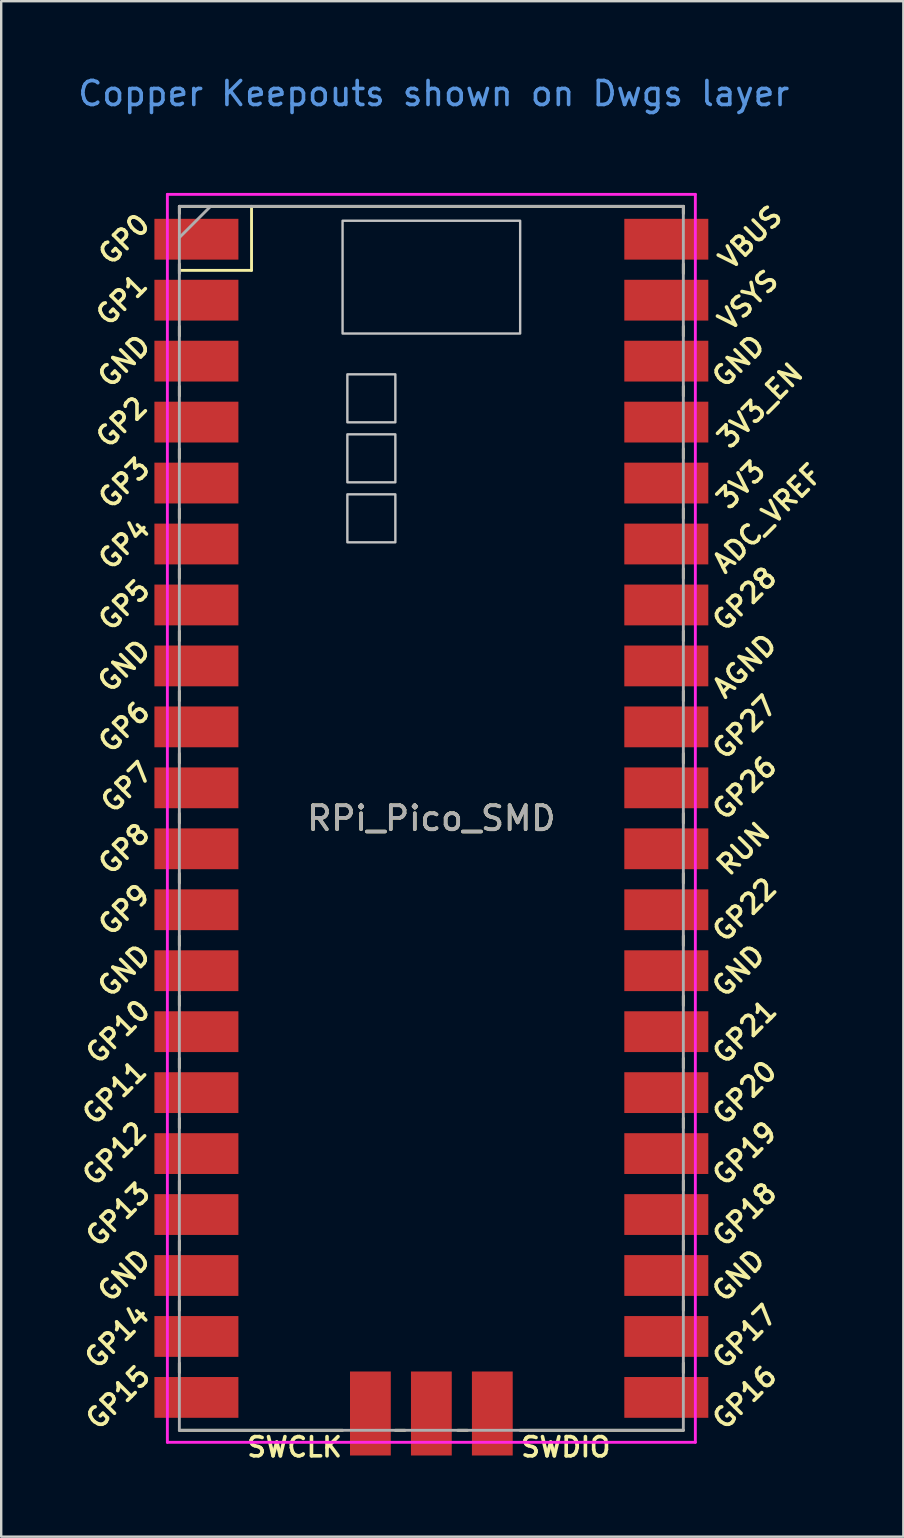
<source format=kicad_pcb>
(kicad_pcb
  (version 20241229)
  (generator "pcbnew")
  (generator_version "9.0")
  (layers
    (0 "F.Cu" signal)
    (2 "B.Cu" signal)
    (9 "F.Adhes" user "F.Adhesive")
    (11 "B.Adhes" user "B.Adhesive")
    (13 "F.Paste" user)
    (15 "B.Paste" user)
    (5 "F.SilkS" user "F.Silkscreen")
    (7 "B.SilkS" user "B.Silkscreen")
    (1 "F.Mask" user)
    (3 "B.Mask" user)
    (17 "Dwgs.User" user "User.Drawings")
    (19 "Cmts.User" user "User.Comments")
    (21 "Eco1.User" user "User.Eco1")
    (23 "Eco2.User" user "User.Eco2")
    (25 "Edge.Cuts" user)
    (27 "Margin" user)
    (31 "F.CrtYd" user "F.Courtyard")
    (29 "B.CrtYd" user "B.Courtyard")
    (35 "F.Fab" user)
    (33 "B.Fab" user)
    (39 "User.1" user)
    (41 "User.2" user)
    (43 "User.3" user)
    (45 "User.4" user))
  (footprint "RPi_Pico_SMD"
    (layer "F.Cu")
    (at 14.924 31.048)
    (property "Reference" "RPi_Pico_SMD" (at 0 0 0) (layer "F.SilkS") (effects (font (size 1 1) (thickness 0.15))))
    (attr through_hole)
    (fp_line (start -10.5 -25.5) (end -10.5 -25.2) (stroke (width 0.12) (type solid)) (layer "F.SilkS"))
    (fp_line (start -10.5 -25.5) (end 10.5 -25.5) (stroke (width 0.12) (type solid)) (layer "F.SilkS"))
    (fp_line (start -10.5 -23.1) (end -10.5 -22.7) (stroke (width 0.12) (type solid)) (layer "F.SilkS"))
    (fp_line (start -10.5 -22.833) (end -7.493 -22.833) (stroke (width 0.12) (type solid)) (layer "F.SilkS"))
    (fp_line (start -10.5 -20.5) (end -10.5 -20.1) (stroke (width 0.12) (type solid)) (layer "F.SilkS"))
    (fp_line (start -10.5 -18) (end -10.5 -17.6) (stroke (width 0.12) (type solid)) (layer "F.SilkS"))
    (fp_line (start -10.5 -15.4) (end -10.5 -15) (stroke (width 0.12) (type solid)) (layer "F.SilkS"))
    (fp_line (start -10.5 -12.9) (end -10.5 -12.5) (stroke (width 0.12) (type solid)) (layer "F.SilkS"))
    (fp_line (start -10.5 -10.4) (end -10.5 -10) (stroke (width 0.12) (type solid)) (layer "F.SilkS"))
    (fp_line (start -10.5 -7.8) (end -10.5 -7.4) (stroke (width 0.12) (type solid)) (layer "F.SilkS"))
    (fp_line (start -10.5 -5.3) (end -10.5 -4.9) (stroke (width 0.12) (type solid)) (layer "F.SilkS"))
    (fp_line (start -10.5 -2.7) (end -10.5 -2.3) (stroke (width 0.12) (type solid)) (layer "F.SilkS"))
    (fp_line (start -10.5 -0.2) (end -10.5 0.2) (stroke (width 0.12) (type solid)) (layer "F.SilkS"))
    (fp_line (start -10.5 2.3) (end -10.5 2.7) (stroke (width 0.12) (type solid)) (layer "F.SilkS"))
    (fp_line (start -10.5 4.9) (end -10.5 5.3) (stroke (width 0.12) (type solid)) (layer "F.SilkS"))
    (fp_line (start -10.5 7.4) (end -10.5 7.8) (stroke (width 0.12) (type solid)) (layer "F.SilkS"))
    (fp_line (start -10.5 10) (end -10.5 10.4) (stroke (width 0.12) (type solid)) (layer "F.SilkS"))
    (fp_line (start -10.5 12.5) (end -10.5 12.9) (stroke (width 0.12) (type solid)) (layer "F.SilkS"))
    (fp_line (start -10.5 15.1) (end -10.5 15.5) (stroke (width 0.12) (type solid)) (layer "F.SilkS"))
    (fp_line (start -10.5 17.6) (end -10.5 18) (stroke (width 0.12) (type solid)) (layer "F.SilkS"))
    (fp_line (start -10.5 20.1) (end -10.5 20.5) (stroke (width 0.12) (type solid)) (layer "F.SilkS"))
    (fp_line (start -10.5 22.7) (end -10.5 23.1) (stroke (width 0.12) (type solid)) (layer "F.SilkS"))
    (fp_line (start -7.493 -22.833) (end -7.493 -25.5) (stroke (width 0.12) (type solid)) (layer "F.SilkS"))
    (fp_line (start -3.7 25.5) (end -10.5 25.5) (stroke (width 0.12) (type solid)) (layer "F.SilkS"))
    (fp_line (start -1.5 25.5) (end -1.1 25.5) (stroke (width 0.12) (type solid)) (layer "F.SilkS"))
    (fp_line (start 1.1 25.5) (end 1.5 25.5) (stroke (width 0.12) (type solid)) (layer "F.SilkS"))
    (fp_line (start 10.5 -25.5) (end 10.5 -25.2) (stroke (width 0.12) (type solid)) (layer "F.SilkS"))
    (fp_line (start 10.5 -23.1) (end 10.5 -22.7) (stroke (width 0.12) (type solid)) (layer "F.SilkS"))
    (fp_line (start 10.5 -20.5) (end 10.5 -20.1) (stroke (width 0.12) (type solid)) (layer "F.SilkS"))
    (fp_line (start 10.5 -18) (end 10.5 -17.6) (stroke (width 0.12) (type solid)) (layer "F.SilkS"))
    (fp_line (start 10.5 -15.4) (end 10.5 -15) (stroke (width 0.12) (type solid)) (layer "F.SilkS"))
    (fp_line (start 10.5 -12.9) (end 10.5 -12.5) (stroke (width 0.12) (type solid)) (layer "F.SilkS"))
    (fp_line (start 10.5 -10.4) (end 10.5 -10) (stroke (width 0.12) (type solid)) (layer "F.SilkS"))
    (fp_line (start 10.5 -7.8) (end 10.5 -7.4) (stroke (width 0.12) (type solid)) (layer "F.SilkS"))
    (fp_line (start 10.5 -5.3) (end 10.5 -4.9) (stroke (width 0.12) (type solid)) (layer "F.SilkS"))
    (fp_line (start 10.5 -2.7) (end 10.5 -2.3) (stroke (width 0.12) (type solid)) (layer "F.SilkS"))
    (fp_line (start 10.5 -0.2) (end 10.5 0.2) (stroke (width 0.12) (type solid)) (layer "F.SilkS"))
    (fp_line (start 10.5 2.3) (end 10.5 2.7) (stroke (width 0.12) (type solid)) (layer "F.SilkS"))
    (fp_line (start 10.5 4.9) (end 10.5 5.3) (stroke (width 0.12) (type solid)) (layer "F.SilkS"))
    (fp_line (start 10.5 7.4) (end 10.5 7.8) (stroke (width 0.12) (type solid)) (layer "F.SilkS"))
    (fp_line (start 10.5 10) (end 10.5 10.4) (stroke (width 0.12) (type solid)) (layer "F.SilkS"))
    (fp_line (start 10.5 12.5) (end 10.5 12.9) (stroke (width 0.12) (type solid)) (layer "F.SilkS"))
    (fp_line (start 10.5 15.1) (end 10.5 15.5) (stroke (width 0.12) (type solid)) (layer "F.SilkS"))
    (fp_line (start 10.5 17.6) (end 10.5 18) (stroke (width 0.12) (type solid)) (layer "F.SilkS"))
    (fp_line (start 10.5 20.1) (end 10.5 20.5) (stroke (width 0.12) (type solid)) (layer "F.SilkS"))
    (fp_line (start 10.5 22.7) (end 10.5 23.1) (stroke (width 0.12) (type solid)) (layer "F.SilkS"))
    (fp_line (start 10.5 25.5) (end 3.7 25.5) (stroke (width 0.12) (type solid)) (layer "F.SilkS"))
    (fp_poly (pts (xy -1.5 -16.5) (xy -3.5 -16.5) (xy -3.5 -18.5) (xy -1.5 -18.5)) (stroke (width 0.1) (type solid)) (fill no) (layer "Dwgs.User"))
    (fp_poly (pts (xy -1.5 -14) (xy -3.5 -14) (xy -3.5 -16) (xy -1.5 -16)) (stroke (width 0.1) (type solid)) (fill no) (layer "Dwgs.User"))
    (fp_poly (pts (xy -1.5 -11.5) (xy -3.5 -11.5) (xy -3.5 -13.5) (xy -1.5 -13.5)) (stroke (width 0.1) (type solid)) (fill no) (layer "Dwgs.User"))
    (fp_poly (pts (xy 3.7 -20.2) (xy -3.7 -20.2) (xy -3.7 -24.9) (xy 3.7 -24.9)) (stroke (width 0.1) (type solid)) (fill no) (layer "Dwgs.User"))
    (fp_line (start -11 -26) (end 11 -26) (stroke (width 0.12) (type solid)) (layer "F.CrtYd"))
    (fp_line (start -11 26) (end -11 -26) (stroke (width 0.12) (type solid)) (layer "F.CrtYd"))
    (fp_line (start 11 -26) (end 11 26) (stroke (width 0.12) (type solid)) (layer "F.CrtYd"))
    (fp_line (start 11 26) (end -11 26) (stroke (width 0.12) (type solid)) (layer "F.CrtYd"))
    (fp_line (start -10.5 -25.5) (end 10.5 -25.5) (stroke (width 0.12) (type solid)) (layer "F.Fab"))
    (fp_line (start -10.5 -24.2) (end -9.2 -25.5) (stroke (width 0.12) (type solid)) (layer "F.Fab"))
    (fp_line (start -10.5 25.5) (end -10.5 -25.5) (stroke (width 0.12) (type solid)) (layer "F.Fab"))
    (fp_line (start 10.5 -25.5) (end 10.5 25.5) (stroke (width 0.12) (type solid)) (layer "F.Fab"))
    (fp_line (start 10.5 25.5) (end -10.5 25.5) (stroke (width 0.12) (type solid)) (layer "F.Fab"))
    (fp_text user "GP11" (at -13.2 11.43 45) (layer "F.SilkS") (effects (font (size 0.8 0.8) (thickness 0.15))))
    (fp_text user "GP10" (at -13.054 8.89 45) (layer "F.SilkS") (effects (font (size 0.8 0.8) (thickness 0.15))))
    (fp_text user "GP9" (at -12.8 3.81 45) (layer "F.SilkS") (effects (font (size 0.8 0.8) (thickness 0.15))))
    (fp_text user "GP6" (at -12.8 -3.81 45) (layer "F.SilkS") (effects (font (size 0.8 0.8) (thickness 0.15))))
    (fp_text user "GP19" (at 13.054 13.97 45) (layer "F.SilkS") (effects (font (size 0.8 0.8) (thickness 0.15))))
    (fp_text user "GND" (at -12.8 6.35 45) (layer "F.SilkS") (effects (font (size 0.8 0.8) (thickness 0.15))))
    (fp_text user "AGND" (at 13.054 -6.35 45) (layer "F.SilkS") (effects (font (size 0.8 0.8) (thickness 0.15))))
    (fp_text user "GP4" (at -12.8 -11.43 45) (layer "F.SilkS") (effects (font (size 0.8 0.8) (thickness 0.15))))
    (fp_text user "GP21" (at 13.054 8.9 45) (layer "F.SilkS") (effects (font (size 0.8 0.8) (thickness 0.15))))
    (fp_text user "GND" (at -12.8 19.05 45) (layer "F.SilkS") (effects (font (size 0.8 0.8) (thickness 0.15))))
    (fp_text user "SWCLK" (at -5.7 26.2 0) (layer "F.SilkS") (effects (font (size 0.8 0.8) (thickness 0.15))))
    (fp_text user "GP8" (at -12.8 1.27 45) (layer "F.SilkS") (effects (font (size 0.8 0.8) (thickness 0.15))))
    (fp_text user "GP7" (at -12.7 -1.3 45) (layer "F.SilkS") (effects (font (size 0.8 0.8) (thickness 0.15))))
    (fp_text user "GND" (at 12.8 19.05 45) (layer "F.SilkS") (effects (font (size 0.8 0.8) (thickness 0.15))))
    (fp_text user "GND" (at -12.8 -6.35 45) (layer "F.SilkS") (effects (font (size 0.8 0.8) (thickness 0.15))))
    (fp_text user "GP5" (at -12.8 -8.89 45) (layer "F.SilkS") (effects (font (size 0.8 0.8) (thickness 0.15))))
    (fp_text user "RUN" (at 13 1.27 45) (layer "F.SilkS") (effects (font (size 0.8 0.8) (thickness 0.15))))
    (fp_text user "GND" (at 12.8 6.35 45) (layer "F.SilkS") (effects (font (size 0.8 0.8) (thickness 0.15))))
    (fp_text user "GP16" (at 13.054 24.13 45) (layer "F.SilkS") (effects (font (size 0.8 0.8) (thickness 0.15))))
    (fp_text user "GP26" (at 13.054 -1.27 45) (layer "F.SilkS") (effects (font (size 0.8 0.8) (thickness 0.15))))
    (fp_text user "ADC_VREF" (at 14 -12.5 45) (layer "F.SilkS") (effects (font (size 0.8 0.8) (thickness 0.15))))
    (fp_text user "GP0" (at -12.8 -24.13 45) (layer "F.SilkS") (effects (font (size 0.8 0.8) (thickness 0.15))))
    (fp_text user "SWDIO" (at 5.6 26.2 0) (layer "F.SilkS") (effects (font (size 0.8 0.8) (thickness 0.15))))
    (fp_text user "VBUS" (at 13.3 -24.2 45) (layer "F.SilkS") (effects (font (size 0.8 0.8) (thickness 0.15))))
    (fp_text user "GP12" (at -13.2 13.97 45) (layer "F.SilkS") (effects (font (size 0.8 0.8) (thickness 0.15))))
    (fp_text user "3V3" (at 12.9 -13.9 45) (layer "F.SilkS") (effects (font (size 0.8 0.8) (thickness 0.15))))
    (fp_text user "GND" (at 12.8 -19.05 45) (layer "F.SilkS") (effects (font (size 0.8 0.8) (thickness 0.15))))
    (fp_text user "GP18" (at 13.054 16.51 45) (layer "F.SilkS") (effects (font (size 0.8 0.8) (thickness 0.15))))
    (fp_text user "GP27" (at 13.054 -3.8 45) (layer "F.SilkS") (effects (font (size 0.8 0.8) (thickness 0.15))))
    (fp_text user "GP3" (at -12.8 -13.97 45) (layer "F.SilkS") (effects (font (size 0.8 0.8) (thickness 0.15))))
    (fp_text user "GP28" (at 13.054 -9.144 45) (layer "F.SilkS") (effects (font (size 0.8 0.8) (thickness 0.15))))
    (fp_text user "GP2" (at -12.9 -16.51 45) (layer "F.SilkS") (effects (font (size 0.8 0.8) (thickness 0.15))))
    (fp_text user "GP15" (at -13.054 24.13 45) (layer "F.SilkS") (effects (font (size 0.8 0.8) (thickness 0.15))))
    (fp_text user "VSYS" (at 13.2 -21.59 45) (layer "F.SilkS") (effects (font (size 0.8 0.8) (thickness 0.15))))
    (fp_text user "GND" (at -12.8 -19.05 45) (layer "F.SilkS") (effects (font (size 0.8 0.8) (thickness 0.15))))
    (fp_text user "GP1" (at -12.9 -21.6 45) (layer "F.SilkS") (effects (font (size 0.8 0.8) (thickness 0.15))))
    (fp_text user "GP13" (at -13.054 16.51 45) (layer "F.SilkS") (effects (font (size 0.8 0.8) (thickness 0.15))))
    (fp_text user "GP22" (at 13.054 3.81 45) (layer "F.SilkS") (effects (font (size 0.8 0.8) (thickness 0.15))))
    (fp_text user "GP17" (at 13.054 21.59 45) (layer "F.SilkS") (effects (font (size 0.8 0.8) (thickness 0.15))))
    (fp_text user "3V3_EN" (at 13.7 -17.2 45) (layer "F.SilkS") (effects (font (size 0.8 0.8) (thickness 0.15))))
    (fp_text user "GP20" (at 13.054 11.43 45) (layer "F.SilkS") (effects (font (size 0.8 0.8) (thickness 0.15))))
    (fp_text user "GP14" (at -13.1 21.59 45) (layer "F.SilkS") (effects (font (size 0.8 0.8) (thickness 0.15))))
    (fp_text user "Copper Keepouts shown on Dwgs layer" (at 0.1 -30.2 0) (layer "Cmts.User") (effects (font (size 1 1) (thickness 0.15))))
    (fp_text user "${REFERENCE}" (at 0 0 180) (layer "F.Fab") (effects (font (size 1 1) (thickness 0.15))))
    (pad "1" smd rect (at -8.89 -24.13) (size 3.5 1.7) (drill (offset -0.9 0)) (layers "F.Cu" "F.Mask"))
    (pad "2" smd rect (at -8.89 -21.59) (size 3.5 1.7) (drill (offset -0.9 0)) (layers "F.Cu" "F.Mask"))
    (pad "3" smd rect (at -8.89 -19.05) (size 3.5 1.7) (drill (offset -0.9 0)) (layers "F.Cu" "F.Mask"))
    (pad "4" smd rect (at -8.89 -16.51) (size 3.5 1.7) (drill (offset -0.9 0)) (layers "F.Cu" "F.Mask"))
    (pad "5" smd rect (at -8.89 -13.97) (size 3.5 1.7) (drill (offset -0.9 0)) (layers "F.Cu" "F.Mask"))
    (pad "6" smd rect (at -8.89 -11.43) (size 3.5 1.7) (drill (offset -0.9 0)) (layers "F.Cu" "F.Mask"))
    (pad "7" smd rect (at -8.89 -8.89) (size 3.5 1.7) (drill (offset -0.9 0)) (layers "F.Cu" "F.Mask"))
    (pad "8" smd rect (at -8.89 -6.35) (size 3.5 1.7) (drill (offset -0.9 0)) (layers "F.Cu" "F.Mask"))
    (pad "9" smd rect (at -8.89 -3.81) (size 3.5 1.7) (drill (offset -0.9 0)) (layers "F.Cu" "F.Mask"))
    (pad "10" smd rect (at -8.89 -1.27) (size 3.5 1.7) (drill (offset -0.9 0)) (layers "F.Cu" "F.Mask"))
    (pad "11" smd rect (at -8.89 1.27) (size 3.5 1.7) (drill (offset -0.9 0)) (layers "F.Cu" "F.Mask"))
    (pad "12" smd rect (at -8.89 3.81) (size 3.5 1.7) (drill (offset -0.9 0)) (layers "F.Cu" "F.Mask"))
    (pad "13" smd rect (at -8.89 6.35) (size 3.5 1.7) (drill (offset -0.9 0)) (layers "F.Cu" "F.Mask"))
    (pad "14" smd rect (at -8.89 8.89) (size 3.5 1.7) (drill (offset -0.9 0)) (layers "F.Cu" "F.Mask"))
    (pad "15" smd rect (at -8.89 11.43) (size 3.5 1.7) (drill (offset -0.9 0)) (layers "F.Cu" "F.Mask"))
    (pad "16" smd rect (at -8.89 13.97) (size 3.5 1.7) (drill (offset -0.9 0)) (layers "F.Cu" "F.Mask"))
    (pad "17" smd rect (at -8.89 16.51) (size 3.5 1.7) (drill (offset -0.9 0)) (layers "F.Cu" "F.Mask"))
    (pad "18" smd rect (at -8.89 19.05) (size 3.5 1.7) (drill (offset -0.9 0)) (layers "F.Cu" "F.Mask"))
    (pad "19" smd rect (at -8.89 21.59) (size 3.5 1.7) (drill (offset -0.9 0)) (layers "F.Cu" "F.Mask"))
    (pad "20" smd rect (at -8.89 24.13) (size 3.5 1.7) (drill (offset -0.9 0)) (layers "F.Cu" "F.Mask"))
    (pad "21" smd rect (at 8.89 24.13) (size 3.5 1.7) (drill (offset 0.9 0)) (layers "F.Cu" "F.Mask"))
    (pad "22" smd rect (at 8.89 21.59) (size 3.5 1.7) (drill (offset 0.9 0)) (layers "F.Cu" "F.Mask"))
    (pad "23" smd rect (at 8.89 19.05) (size 3.5 1.7) (drill (offset 0.9 0)) (layers "F.Cu" "F.Mask"))
    (pad "24" smd rect (at 8.89 16.51) (size 3.5 1.7) (drill (offset 0.9 0)) (layers "F.Cu" "F.Mask"))
    (pad "25" smd rect (at 8.89 13.97) (size 3.5 1.7) (drill (offset 0.9 0)) (layers "F.Cu" "F.Mask"))
    (pad "26" smd rect (at 8.89 11.43) (size 3.5 1.7) (drill (offset 0.9 0)) (layers "F.Cu" "F.Mask"))
    (pad "27" smd rect (at 8.89 8.89) (size 3.5 1.7) (drill (offset 0.9 0)) (layers "F.Cu" "F.Mask"))
    (pad "28" smd rect (at 8.89 6.35) (size 3.5 1.7) (drill (offset 0.9 0)) (layers "F.Cu" "F.Mask"))
    (pad "29" smd rect (at 8.89 3.81) (size 3.5 1.7) (drill (offset 0.9 0)) (layers "F.Cu" "F.Mask"))
    (pad "30" smd rect (at 8.89 1.27) (size 3.5 1.7) (drill (offset 0.9 0)) (layers "F.Cu" "F.Mask"))
    (pad "31" smd rect (at 8.89 -1.27) (size 3.5 1.7) (drill (offset 0.9 0)) (layers "F.Cu" "F.Mask"))
    (pad "32" smd rect (at 8.89 -3.81) (size 3.5 1.7) (drill (offset 0.9 0)) (layers "F.Cu" "F.Mask"))
    (pad "33" smd rect (at 8.89 -6.35) (size 3.5 1.7) (drill (offset 0.9 0)) (layers "F.Cu" "F.Mask"))
    (pad "34" smd rect (at 8.89 -8.89) (size 3.5 1.7) (drill (offset 0.9 0)) (layers "F.Cu" "F.Mask"))
    (pad "35" smd rect (at 8.89 -11.43) (size 3.5 1.7) (drill (offset 0.9 0)) (layers "F.Cu" "F.Mask"))
    (pad "36" smd rect (at 8.89 -13.97) (size 3.5 1.7) (drill (offset 0.9 0)) (layers "F.Cu" "F.Mask"))
    (pad "37" smd rect (at 8.89 -16.51) (size 3.5 1.7) (drill (offset 0.9 0)) (layers "F.Cu" "F.Mask"))
    (pad "38" smd rect (at 8.89 -19.05) (size 3.5 1.7) (drill (offset 0.9 0)) (layers "F.Cu" "F.Mask"))
    (pad "39" smd rect (at 8.89 -21.59) (size 3.5 1.7) (drill (offset 0.9 0)) (layers "F.Cu" "F.Mask"))
    (pad "40" smd rect (at 8.89 -24.13) (size 3.5 1.7) (drill (offset 0.9 0)) (layers "F.Cu" "F.Mask"))
    (pad "41" smd rect (at -2.54 23.9 90) (size 3.5 1.7) (drill (offset -0.9 0)) (layers "F.Cu" "F.Mask"))
    (pad "42" smd rect (at 0 23.9 90) (size 3.5 1.7) (drill (offset -0.9 0)) (layers "F.Cu" "F.Mask"))
    (pad "43" smd rect (at 2.54 23.9 90) (size 3.5 1.7) (drill (offset -0.9 0)) (layers "F.Cu" "F.Mask")))
  (gr_rect
    (start -3 -3)
    (end 34.591 60.98)
    (stroke (width 0.1) (type default))
    (fill no)
    (layer "Edge.Cuts")))
</source>
